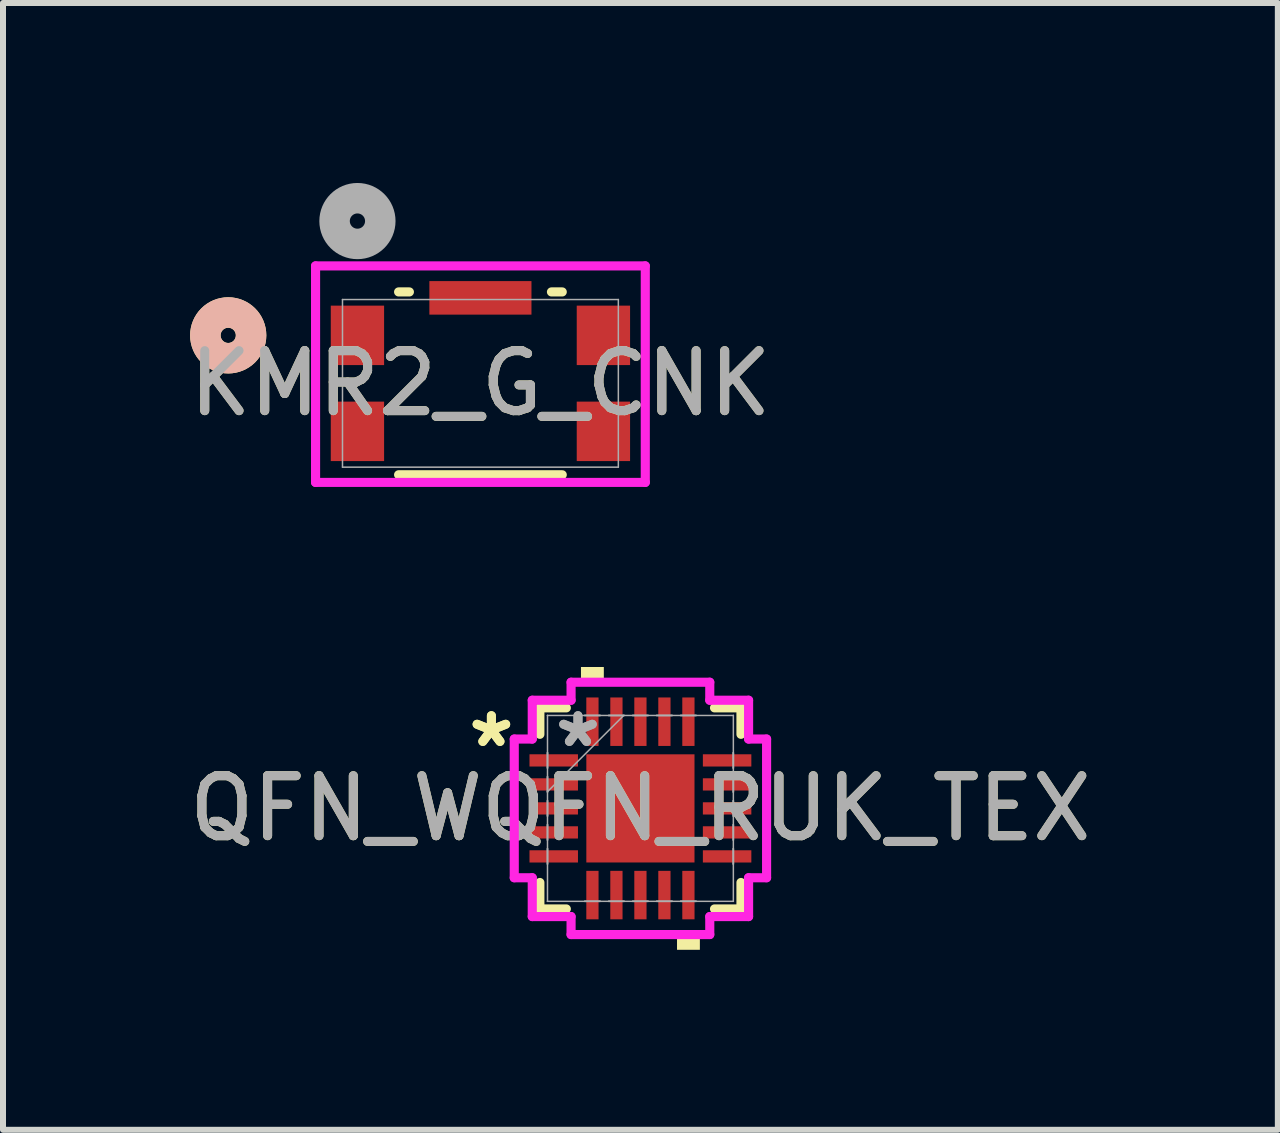
<source format=kicad_pcb>
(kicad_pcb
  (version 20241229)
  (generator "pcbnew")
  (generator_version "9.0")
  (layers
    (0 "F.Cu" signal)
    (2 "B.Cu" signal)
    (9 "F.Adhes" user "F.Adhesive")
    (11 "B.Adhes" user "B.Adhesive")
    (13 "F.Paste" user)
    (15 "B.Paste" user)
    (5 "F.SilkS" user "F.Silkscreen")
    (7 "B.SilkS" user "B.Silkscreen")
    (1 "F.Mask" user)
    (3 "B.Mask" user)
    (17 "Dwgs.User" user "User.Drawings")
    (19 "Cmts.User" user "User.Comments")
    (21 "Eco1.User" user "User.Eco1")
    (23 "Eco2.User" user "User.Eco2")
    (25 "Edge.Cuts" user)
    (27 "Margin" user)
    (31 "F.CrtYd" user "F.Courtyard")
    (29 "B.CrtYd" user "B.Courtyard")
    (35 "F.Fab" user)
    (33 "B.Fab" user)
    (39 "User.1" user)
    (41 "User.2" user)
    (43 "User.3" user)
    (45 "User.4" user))
  (footprint "QFN_WQFN_RUK_TEX"
    (layer "F.Cu")
    (at 7.625 10.425)
    (property "Reference" "QFN_WQFN_RUK_TEX" (at 0 0 0) (unlocked yes) (layer "F.SilkS") (effects (font (size 1 1) (thickness 0.15))))
    (attr smd)
    (fp_line (start -1.676 -1.676) (end -1.676 -1.235) (stroke (width 0.152) (type solid)) (layer "F.SilkS"))
    (fp_line (start -1.676 1.235) (end -1.676 1.676) (stroke (width 0.152) (type solid)) (layer "F.SilkS"))
    (fp_line (start -1.676 1.676) (end -1.235 1.676) (stroke (width 0.152) (type solid)) (layer "F.SilkS"))
    (fp_line (start -1.235 -1.676) (end -1.676 -1.676) (stroke (width 0.152) (type solid)) (layer "F.SilkS"))
    (fp_line (start 1.235 1.676) (end 1.676 1.676) (stroke (width 0.152) (type solid)) (layer "F.SilkS"))
    (fp_line (start 1.676 -1.676) (end 1.235 -1.676) (stroke (width 0.152) (type solid)) (layer "F.SilkS"))
    (fp_line (start 1.676 -1.235) (end 1.676 -1.676) (stroke (width 0.152) (type solid)) (layer "F.SilkS"))
    (fp_line (start 1.676 1.676) (end 1.676 1.235) (stroke (width 0.152) (type solid)) (layer "F.SilkS"))
    (fp_poly (pts (xy -0.991 -2.103) (xy -0.991 -2.357) (xy -0.61 -2.357) (xy -0.61 -2.103)) (stroke (width 0) (type solid)) (fill yes) (layer "F.SilkS"))
    (fp_poly (pts (xy 0.61 2.103) (xy 0.61 2.357) (xy 0.991 2.357) (xy 0.991 2.103)) (stroke (width 0) (type solid)) (fill yes) (layer "F.SilkS"))
    (fp_line (start -2.103 -1.156) (end -1.803 -1.156) (stroke (width 0.152) (type solid)) (layer "F.CrtYd"))
    (fp_line (start -2.103 1.156) (end -2.103 -1.156) (stroke (width 0.152) (type solid)) (layer "F.CrtYd"))
    (fp_line (start -1.803 -1.803) (end -1.156 -1.803) (stroke (width 0.152) (type solid)) (layer "F.CrtYd"))
    (fp_line (start -1.803 -1.156) (end -1.803 -1.803) (stroke (width 0.152) (type solid)) (layer "F.CrtYd"))
    (fp_line (start -1.803 1.156) (end -2.103 1.156) (stroke (width 0.152) (type solid)) (layer "F.CrtYd"))
    (fp_line (start -1.803 1.803) (end -1.803 1.156) (stroke (width 0.152) (type solid)) (layer "F.CrtYd"))
    (fp_line (start -1.156 -2.103) (end 1.156 -2.103) (stroke (width 0.152) (type solid)) (layer "F.CrtYd"))
    (fp_line (start -1.156 -1.803) (end -1.156 -2.103) (stroke (width 0.152) (type solid)) (layer "F.CrtYd"))
    (fp_line (start -1.156 1.803) (end -1.803 1.803) (stroke (width 0.152) (type solid)) (layer "F.CrtYd"))
    (fp_line (start -1.156 2.103) (end -1.156 1.803) (stroke (width 0.152) (type solid)) (layer "F.CrtYd"))
    (fp_line (start 1.156 -2.103) (end 1.156 -1.803) (stroke (width 0.152) (type solid)) (layer "F.CrtYd"))
    (fp_line (start 1.156 -1.803) (end 1.803 -1.803) (stroke (width 0.152) (type solid)) (layer "F.CrtYd"))
    (fp_line (start 1.156 1.803) (end 1.156 2.103) (stroke (width 0.152) (type solid)) (layer "F.CrtYd"))
    (fp_line (start 1.156 2.103) (end -1.156 2.103) (stroke (width 0.152) (type solid)) (layer "F.CrtYd"))
    (fp_line (start 1.803 -1.803) (end 1.803 -1.156) (stroke (width 0.152) (type solid)) (layer "F.CrtYd"))
    (fp_line (start 1.803 -1.156) (end 2.103 -1.156) (stroke (width 0.152) (type solid)) (layer "F.CrtYd"))
    (fp_line (start 1.803 1.156) (end 1.803 1.803) (stroke (width 0.152) (type solid)) (layer "F.CrtYd"))
    (fp_line (start 1.803 1.803) (end 1.156 1.803) (stroke (width 0.152) (type solid)) (layer "F.CrtYd"))
    (fp_line (start 2.103 -1.156) (end 2.103 1.156) (stroke (width 0.152) (type solid)) (layer "F.CrtYd"))
    (fp_line (start 2.103 1.156) (end 1.803 1.156) (stroke (width 0.152) (type solid)) (layer "F.CrtYd"))
    (fp_line (start -1.549 -1.549) (end -1.549 -1.549) (stroke (width 0.025) (type solid)) (layer "F.Fab"))
    (fp_line (start -1.549 -1.549) (end -1.549 1.549) (stroke (width 0.025) (type solid)) (layer "F.Fab"))
    (fp_line (start -1.549 -0.927) (end -1.549 -0.927) (stroke (width 0.025) (type solid)) (layer "F.Fab"))
    (fp_line (start -1.549 -0.927) (end -1.549 -0.673) (stroke (width 0.025) (type solid)) (layer "F.Fab"))
    (fp_line (start -1.549 -0.673) (end -1.549 -0.927) (stroke (width 0.025) (type solid)) (layer "F.Fab"))
    (fp_line (start -1.549 -0.673) (end -1.549 -0.673) (stroke (width 0.025) (type solid)) (layer "F.Fab"))
    (fp_line (start -1.549 -0.527) (end -1.549 -0.527) (stroke (width 0.025) (type solid)) (layer "F.Fab"))
    (fp_line (start -1.549 -0.527) (end -1.549 -0.273) (stroke (width 0.025) (type solid)) (layer "F.Fab"))
    (fp_line (start -1.549 -0.279) (end -0.279 -1.549) (stroke (width 0.025) (type solid)) (layer "F.Fab"))
    (fp_line (start -1.549 -0.273) (end -1.549 -0.527) (stroke (width 0.025) (type solid)) (layer "F.Fab"))
    (fp_line (start -1.549 -0.273) (end -1.549 -0.273) (stroke (width 0.025) (type solid)) (layer "F.Fab"))
    (fp_line (start -1.549 -0.127) (end -1.549 -0.127) (stroke (width 0.025) (type solid)) (layer "F.Fab"))
    (fp_line (start -1.549 -0.127) (end -1.549 0.127) (stroke (width 0.025) (type solid)) (layer "F.Fab"))
    (fp_line (start -1.549 0.127) (end -1.549 -0.127) (stroke (width 0.025) (type solid)) (layer "F.Fab"))
    (fp_line (start -1.549 0.127) (end -1.549 0.127) (stroke (width 0.025) (type solid)) (layer "F.Fab"))
    (fp_line (start -1.549 0.273) (end -1.549 0.273) (stroke (width 0.025) (type solid)) (layer "F.Fab"))
    (fp_line (start -1.549 0.273) (end -1.549 0.527) (stroke (width 0.025) (type solid)) (layer "F.Fab"))
    (fp_line (start -1.549 0.527) (end -1.549 0.273) (stroke (width 0.025) (type solid)) (layer "F.Fab"))
    (fp_line (start -1.549 0.527) (end -1.549 0.527) (stroke (width 0.025) (type solid)) (layer "F.Fab"))
    (fp_line (start -1.549 0.673) (end -1.549 0.673) (stroke (width 0.025) (type solid)) (layer "F.Fab"))
    (fp_line (start -1.549 0.673) (end -1.549 0.927) (stroke (width 0.025) (type solid)) (layer "F.Fab"))
    (fp_line (start -1.549 0.927) (end -1.549 0.673) (stroke (width 0.025) (type solid)) (layer "F.Fab"))
    (fp_line (start -1.549 0.927) (end -1.549 0.927) (stroke (width 0.025) (type solid)) (layer "F.Fab"))
    (fp_line (start -1.549 1.549) (end -1.549 1.549) (stroke (width 0.025) (type solid)) (layer "F.Fab"))
    (fp_line (start -1.549 1.549) (end 1.549 1.549) (stroke (width 0.025) (type solid)) (layer "F.Fab"))
    (fp_line (start -0.927 -1.549) (end -0.927 -1.549) (stroke (width 0.025) (type solid)) (layer "F.Fab"))
    (fp_line (start -0.927 -1.549) (end -0.673 -1.549) (stroke (width 0.025) (type solid)) (layer "F.Fab"))
    (fp_line (start -0.927 1.549) (end -0.927 1.549) (stroke (width 0.025) (type solid)) (layer "F.Fab"))
    (fp_line (start -0.927 1.549) (end -0.673 1.549) (stroke (width 0.025) (type solid)) (layer "F.Fab"))
    (fp_line (start -0.673 -1.549) (end -0.927 -1.549) (stroke (width 0.025) (type solid)) (layer "F.Fab"))
    (fp_line (start -0.673 -1.549) (end -0.673 -1.549) (stroke (width 0.025) (type solid)) (layer "F.Fab"))
    (fp_line (start -0.673 1.549) (end -0.927 1.549) (stroke (width 0.025) (type solid)) (layer "F.Fab"))
    (fp_line (start -0.673 1.549) (end -0.673 1.549) (stroke (width 0.025) (type solid)) (layer "F.Fab"))
    (fp_line (start -0.527 -1.549) (end -0.527 -1.549) (stroke (width 0.025) (type solid)) (layer "F.Fab"))
    (fp_line (start -0.527 -1.549) (end -0.273 -1.549) (stroke (width 0.025) (type solid)) (layer "F.Fab"))
    (fp_line (start -0.527 1.549) (end -0.527 1.549) (stroke (width 0.025) (type solid)) (layer "F.Fab"))
    (fp_line (start -0.527 1.549) (end -0.273 1.549) (stroke (width 0.025) (type solid)) (layer "F.Fab"))
    (fp_line (start -0.273 -1.549) (end -0.527 -1.549) (stroke (width 0.025) (type solid)) (layer "F.Fab"))
    (fp_line (start -0.273 -1.549) (end -0.273 -1.549) (stroke (width 0.025) (type solid)) (layer "F.Fab"))
    (fp_line (start -0.273 1.549) (end -0.527 1.549) (stroke (width 0.025) (type solid)) (layer "F.Fab"))
    (fp_line (start -0.273 1.549) (end -0.273 1.549) (stroke (width 0.025) (type solid)) (layer "F.Fab"))
    (fp_line (start -0.127 -1.549) (end -0.127 -1.549) (stroke (width 0.025) (type solid)) (layer "F.Fab"))
    (fp_line (start -0.127 -1.549) (end 0.127 -1.549) (stroke (width 0.025) (type solid)) (layer "F.Fab"))
    (fp_line (start -0.127 1.549) (end -0.127 1.549) (stroke (width 0.025) (type solid)) (layer "F.Fab"))
    (fp_line (start -0.127 1.549) (end 0.127 1.549) (stroke (width 0.025) (type solid)) (layer "F.Fab"))
    (fp_line (start 0.127 -1.549) (end -0.127 -1.549) (stroke (width 0.025) (type solid)) (layer "F.Fab"))
    (fp_line (start 0.127 -1.549) (end 0.127 -1.549) (stroke (width 0.025) (type solid)) (layer "F.Fab"))
    (fp_line (start 0.127 1.549) (end -0.127 1.549) (stroke (width 0.025) (type solid)) (layer "F.Fab"))
    (fp_line (start 0.127 1.549) (end 0.127 1.549) (stroke (width 0.025) (type solid)) (layer "F.Fab"))
    (fp_line (start 0.273 -1.549) (end 0.273 -1.549) (stroke (width 0.025) (type solid)) (layer "F.Fab"))
    (fp_line (start 0.273 -1.549) (end 0.527 -1.549) (stroke (width 0.025) (type solid)) (layer "F.Fab"))
    (fp_line (start 0.273 1.549) (end 0.273 1.549) (stroke (width 0.025) (type solid)) (layer "F.Fab"))
    (fp_line (start 0.273 1.549) (end 0.527 1.549) (stroke (width 0.025) (type solid)) (layer "F.Fab"))
    (fp_line (start 0.527 -1.549) (end 0.273 -1.549) (stroke (width 0.025) (type solid)) (layer "F.Fab"))
    (fp_line (start 0.527 -1.549) (end 0.527 -1.549) (stroke (width 0.025) (type solid)) (layer "F.Fab"))
    (fp_line (start 0.527 1.549) (end 0.273 1.549) (stroke (width 0.025) (type solid)) (layer "F.Fab"))
    (fp_line (start 0.527 1.549) (end 0.527 1.549) (stroke (width 0.025) (type solid)) (layer "F.Fab"))
    (fp_line (start 0.673 -1.549) (end 0.673 -1.549) (stroke (width 0.025) (type solid)) (layer "F.Fab"))
    (fp_line (start 0.673 -1.549) (end 0.927 -1.549) (stroke (width 0.025) (type solid)) (layer "F.Fab"))
    (fp_line (start 0.673 1.549) (end 0.673 1.549) (stroke (width 0.025) (type solid)) (layer "F.Fab"))
    (fp_line (start 0.673 1.549) (end 0.927 1.549) (stroke (width 0.025) (type solid)) (layer "F.Fab"))
    (fp_line (start 0.927 -1.549) (end 0.673 -1.549) (stroke (width 0.025) (type solid)) (layer "F.Fab"))
    (fp_line (start 0.927 -1.549) (end 0.927 -1.549) (stroke (width 0.025) (type solid)) (layer "F.Fab"))
    (fp_line (start 0.927 1.549) (end 0.673 1.549) (stroke (width 0.025) (type solid)) (layer "F.Fab"))
    (fp_line (start 0.927 1.549) (end 0.927 1.549) (stroke (width 0.025) (type solid)) (layer "F.Fab"))
    (fp_line (start 1.549 -1.549) (end -1.549 -1.549) (stroke (width 0.025) (type solid)) (layer "F.Fab"))
    (fp_line (start 1.549 -1.549) (end 1.549 -1.549) (stroke (width 0.025) (type solid)) (layer "F.Fab"))
    (fp_line (start 1.549 -0.927) (end 1.549 -0.927) (stroke (width 0.025) (type solid)) (layer "F.Fab"))
    (fp_line (start 1.549 -0.927) (end 1.549 -0.673) (stroke (width 0.025) (type solid)) (layer "F.Fab"))
    (fp_line (start 1.549 -0.673) (end 1.549 -0.927) (stroke (width 0.025) (type solid)) (layer "F.Fab"))
    (fp_line (start 1.549 -0.673) (end 1.549 -0.673) (stroke (width 0.025) (type solid)) (layer "F.Fab"))
    (fp_line (start 1.549 -0.527) (end 1.549 -0.527) (stroke (width 0.025) (type solid)) (layer "F.Fab"))
    (fp_line (start 1.549 -0.527) (end 1.549 -0.273) (stroke (width 0.025) (type solid)) (layer "F.Fab"))
    (fp_line (start 1.549 -0.273) (end 1.549 -0.527) (stroke (width 0.025) (type solid)) (layer "F.Fab"))
    (fp_line (start 1.549 -0.273) (end 1.549 -0.273) (stroke (width 0.025) (type solid)) (layer "F.Fab"))
    (fp_line (start 1.549 -0.127) (end 1.549 -0.127) (stroke (width 0.025) (type solid)) (layer "F.Fab"))
    (fp_line (start 1.549 -0.127) (end 1.549 0.127) (stroke (width 0.025) (type solid)) (layer "F.Fab"))
    (fp_line (start 1.549 0.127) (end 1.549 -0.127) (stroke (width 0.025) (type solid)) (layer "F.Fab"))
    (fp_line (start 1.549 0.127) (end 1.549 0.127) (stroke (width 0.025) (type solid)) (layer "F.Fab"))
    (fp_line (start 1.549 0.273) (end 1.549 0.273) (stroke (width 0.025) (type solid)) (layer "F.Fab"))
    (fp_line (start 1.549 0.273) (end 1.549 0.527) (stroke (width 0.025) (type solid)) (layer "F.Fab"))
    (fp_line (start 1.549 0.527) (end 1.549 0.273) (stroke (width 0.025) (type solid)) (layer "F.Fab"))
    (fp_line (start 1.549 0.527) (end 1.549 0.527) (stroke (width 0.025) (type solid)) (layer "F.Fab"))
    (fp_line (start 1.549 0.673) (end 1.549 0.673) (stroke (width 0.025) (type solid)) (layer "F.Fab"))
    (fp_line (start 1.549 0.673) (end 1.549 0.927) (stroke (width 0.025) (type solid)) (layer "F.Fab"))
    (fp_line (start 1.549 0.927) (end 1.549 0.673) (stroke (width 0.025) (type solid)) (layer "F.Fab"))
    (fp_line (start 1.549 0.927) (end 1.549 0.927) (stroke (width 0.025) (type solid)) (layer "F.Fab"))
    (fp_line (start 1.549 1.549) (end 1.549 -1.549) (stroke (width 0.025) (type solid)) (layer "F.Fab"))
    (fp_line (start 1.549 1.549) (end 1.549 1.549) (stroke (width 0.025) (type solid)) (layer "F.Fab"))
    (fp_text user "*" (at -2.484 -1 0) (layer "F.SilkS") (effects (font (size 1 1) (thickness 0.15))))
    (fp_text user "*" (at -2.484 -1 0) (unlocked yes) (layer "F.SilkS") (effects (font (size 1 1) (thickness 0.15))))
    (fp_text user "${REFERENCE}" (at 0 0 0) (unlocked yes) (layer "F.Fab") (effects (font (size 1 1) (thickness 0.15))))
    (fp_text user "*" (at -1.041 -1 0) (layer "F.Fab") (effects (font (size 1 1) (thickness 0.15))))
    (fp_text user "*" (at -1.041 -1 0) (unlocked yes) (layer "F.Fab") (effects (font (size 1 1) (thickness 0.15))))
    (pad "1" smd rect (at -1.445 -0.8 90) (size 0.204 0.808) (layers "F.Cu" "F.Mask" "F.Paste"))
    (pad "2" smd rect (at -1.445 -0.4 90) (size 0.204 0.808) (layers "F.Cu" "F.Mask" "F.Paste"))
    (pad "3" smd rect (at -1.445 0 90) (size 0.204 0.808) (layers "F.Cu" "F.Mask" "F.Paste"))
    (pad "4" smd rect (at -1.445 0.4 90) (size 0.204 0.808) (layers "F.Cu" "F.Mask" "F.Paste"))
    (pad "5" smd rect (at -1.445 0.8 90) (size 0.204 0.808) (layers "F.Cu" "F.Mask" "F.Paste"))
    (pad "6" smd rect (at -0.8 1.445) (size 0.204 0.808) (layers "F.Cu" "F.Mask" "F.Paste"))
    (pad "7" smd rect (at -0.4 1.445) (size 0.204 0.808) (layers "F.Cu" "F.Mask" "F.Paste"))
    (pad "8" smd rect (at 0 1.445) (size 0.204 0.808) (layers "F.Cu" "F.Mask" "F.Paste"))
    (pad "9" smd rect (at 0.4 1.445) (size 0.204 0.808) (layers "F.Cu" "F.Mask" "F.Paste"))
    (pad "10" smd rect (at 0.8 1.445) (size 0.204 0.808) (layers "F.Cu" "F.Mask" "F.Paste"))
    (pad "11" smd rect (at 1.445 0.8 90) (size 0.204 0.808) (layers "F.Cu" "F.Mask" "F.Paste"))
    (pad "12" smd rect (at 1.445 0.4 90) (size 0.204 0.808) (layers "F.Cu" "F.Mask" "F.Paste"))
    (pad "13" smd rect (at 1.445 0 90) (size 0.204 0.808) (layers "F.Cu" "F.Mask" "F.Paste"))
    (pad "14" smd rect (at 1.445 -0.4 90) (size 0.204 0.808) (layers "F.Cu" "F.Mask" "F.Paste"))
    (pad "15" smd rect (at 1.445 -0.8 90) (size 0.204 0.808) (layers "F.Cu" "F.Mask" "F.Paste"))
    (pad "16" smd rect (at 0.8 -1.445) (size 0.204 0.808) (layers "F.Cu" "F.Mask" "F.Paste"))
    (pad "17" smd rect (at 0.4 -1.445) (size 0.204 0.808) (layers "F.Cu" "F.Mask" "F.Paste"))
    (pad "18" smd rect (at 0 -1.445) (size 0.204 0.808) (layers "F.Cu" "F.Mask" "F.Paste"))
    (pad "19" smd rect (at -0.4 -1.445) (size 0.204 0.808) (layers "F.Cu" "F.Mask" "F.Paste"))
    (pad "20" smd rect (at -0.8 -1.445) (size 0.204 0.808) (layers "F.Cu" "F.Mask" "F.Paste"))
    (pad "21" smd rect (at 0 0) (size 1.803 1.803) (layers "F.Cu" "F.Mask" "F.Paste")))
  (footprint "KMR2_G_CNK"
    (layer "F.Cu")
    (at 4.958 3.34)
    (property "Reference" "KMR2_G_CNK" (at 0 0 0) (unlocked yes) (layer "F.SilkS") (effects (font (size 1 1) (thickness 0.15))))
    (attr smd)
    (fp_line (start -1.364 1.524) (end 1.364 1.524) (stroke (width 0.152) (type solid)) (layer "F.SilkS"))
    (fp_line (start -1.184 -1.524) (end -1.364 -1.524) (stroke (width 0.152) (type solid)) (layer "F.SilkS"))
    (fp_line (start 1.364 -1.524) (end 1.184 -1.524) (stroke (width 0.152) (type solid)) (layer "F.SilkS"))
    (fp_circle (center -4.204 -0.8) (end -3.823 -0.8) (stroke (width 0.508) (type solid)) (fill no) (layer "F.SilkS"))
    (fp_circle (center -4.204 -0.8) (end -3.823 -0.8) (stroke (width 0.508) (type solid)) (fill no) (layer "B.SilkS"))
    (fp_line (start -2.748 -1.958) (end -2.748 1.651) (stroke (width 0.152) (type solid)) (layer "F.CrtYd"))
    (fp_line (start -2.748 1.651) (end 2.748 1.651) (stroke (width 0.152) (type solid)) (layer "F.CrtYd"))
    (fp_line (start 2.748 -1.958) (end -2.748 -1.958) (stroke (width 0.152) (type solid)) (layer "F.CrtYd"))
    (fp_line (start 2.748 1.651) (end 2.748 -1.958) (stroke (width 0.152) (type solid)) (layer "F.CrtYd"))
    (fp_line (start -2.299 -1.397) (end -2.299 1.397) (stroke (width 0.025) (type solid)) (layer "F.Fab"))
    (fp_line (start -2.299 1.397) (end 2.299 1.397) (stroke (width 0.025) (type solid)) (layer "F.Fab"))
    (fp_line (start 2.299 -1.397) (end -2.299 -1.397) (stroke (width 0.025) (type solid)) (layer "F.Fab"))
    (fp_line (start 2.299 1.397) (end 2.299 -1.397) (stroke (width 0.025) (type solid)) (layer "F.Fab"))
    (fp_circle (center -2.05 -2.705) (end -1.669 -2.705) (stroke (width 0.508) (type solid)) (fill no) (layer "F.Fab"))
    (fp_text user "${REFERENCE}" (at 0 0 0) (unlocked yes) (layer "F.Fab") (effects (font (size 1 1) (thickness 0.15))))
    (pad "1" smd rect (at -2.05 -0.8) (size 0.889 0.991) (layers "F.Cu" "F.Mask" "F.Paste"))
    (pad "2" smd rect (at 2.05 -0.8) (size 0.889 0.991) (layers "F.Cu" "F.Mask" "F.Paste"))
    (pad "3" smd rect (at -2.05 0.8) (size 0.889 0.991) (layers "F.Cu" "F.Mask" "F.Paste"))
    (pad "4" smd rect (at 2.05 0.8) (size 0.889 0.991) (layers "F.Cu" "F.Mask" "F.Paste"))
    (pad "5" smd rect (at 0 -1.425) (size 1.702 0.559) (layers "F.Cu" "F.Mask" "F.Paste")))
  (gr_rect
    (start -3 -3)
    (end 18.25 15.782)
    (stroke (width 0.1) (type default))
    (fill no)
    (layer "Edge.Cuts")))
</source>
